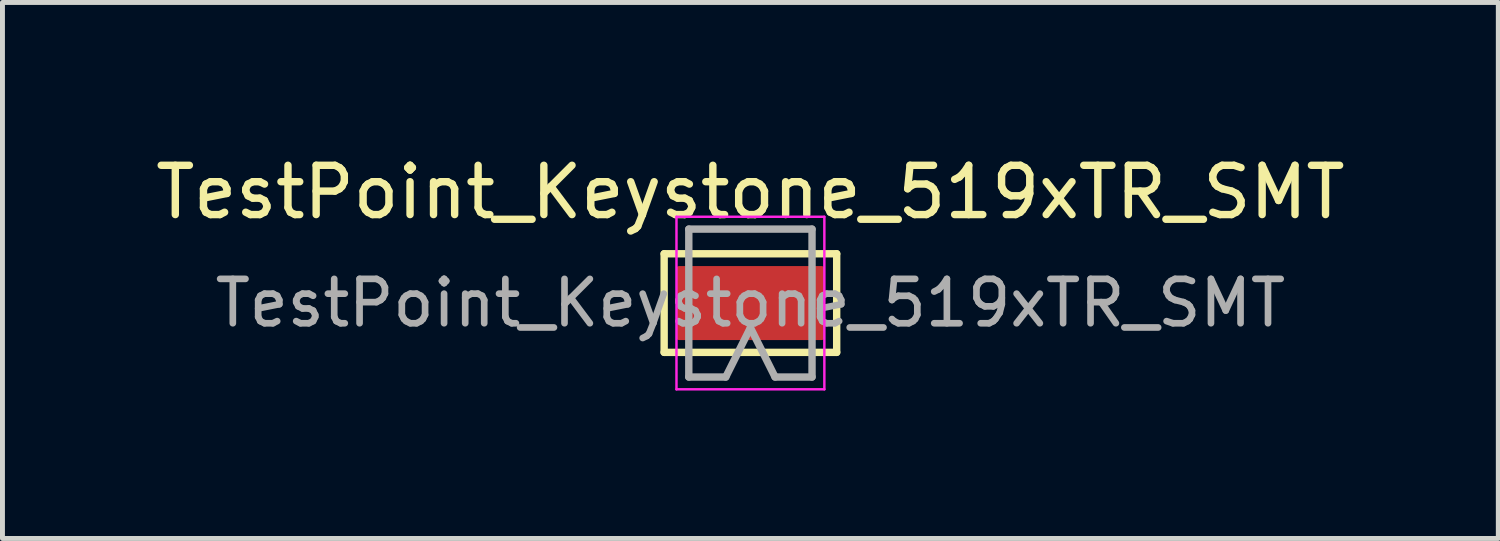
<source format=kicad_pcb>
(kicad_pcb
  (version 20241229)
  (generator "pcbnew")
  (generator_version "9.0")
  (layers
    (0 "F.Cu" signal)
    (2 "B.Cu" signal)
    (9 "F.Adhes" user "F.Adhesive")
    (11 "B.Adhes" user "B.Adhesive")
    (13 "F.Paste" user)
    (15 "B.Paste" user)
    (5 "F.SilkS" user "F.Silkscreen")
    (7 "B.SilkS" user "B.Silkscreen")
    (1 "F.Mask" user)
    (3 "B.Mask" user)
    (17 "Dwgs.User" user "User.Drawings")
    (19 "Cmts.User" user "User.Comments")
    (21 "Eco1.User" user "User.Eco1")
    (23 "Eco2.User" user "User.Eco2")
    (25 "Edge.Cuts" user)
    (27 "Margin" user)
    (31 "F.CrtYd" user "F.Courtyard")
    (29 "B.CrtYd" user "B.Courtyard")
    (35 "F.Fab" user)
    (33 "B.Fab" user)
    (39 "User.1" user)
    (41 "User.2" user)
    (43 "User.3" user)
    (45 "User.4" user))
  (footprint "TestPoint_Keystone_519xTR_SMT"
    (layer "F.Cu")
    (at 12.173 3.098)
    (property "Reference" "TestPoint_Keystone_519xTR_SMT" (at 0 -2.25 0) (layer "F.SilkS") (effects (font (size 1 1) (thickness 0.15))))
    (attr smd)
    (fp_line (start -1.75 -1) (end 1.75 -1) (stroke (width 0.15) (type solid)) (layer "F.SilkS"))
    (fp_line (start -1.75 1) (end -1.75 -1) (stroke (width 0.15) (type solid)) (layer "F.SilkS"))
    (fp_line (start 1.75 -1) (end 1.75 1) (stroke (width 0.15) (type solid)) (layer "F.SilkS"))
    (fp_line (start 1.75 1) (end -1.75 1) (stroke (width 0.15) (type solid)) (layer "F.SilkS"))
    (fp_line (start -1.5 -1.75) (end 1.5 -1.75) (stroke (width 0.05) (type solid)) (layer "F.CrtYd"))
    (fp_line (start -1.5 1.75) (end -1.5 -1.75) (stroke (width 0.05) (type solid)) (layer "F.CrtYd"))
    (fp_line (start 1.5 -1.75) (end 1.5 1.75) (stroke (width 0.05) (type solid)) (layer "F.CrtYd"))
    (fp_line (start 1.5 1.75) (end -1.5 1.75) (stroke (width 0.05) (type solid)) (layer "F.CrtYd"))
    (fp_line (start -1.25 -1.5) (end -1.25 1.5) (stroke (width 0.15) (type solid)) (layer "F.Fab"))
    (fp_line (start -1.25 1.5) (end -0.5 1.5) (stroke (width 0.15) (type solid)) (layer "F.Fab"))
    (fp_line (start -0.5 1.5) (end 0 0.5) (stroke (width 0.15) (type solid)) (layer "F.Fab"))
    (fp_line (start 0 0.5) (end 0.5 1.5) (stroke (width 0.15) (type solid)) (layer "F.Fab"))
    (fp_line (start 0.5 1.5) (end 1.25 1.5) (stroke (width 0.15) (type solid)) (layer "F.Fab"))
    (fp_line (start 1.25 -1.5) (end -1.25 -1.5) (stroke (width 0.15) (type solid)) (layer "F.Fab"))
    (fp_line (start 1.25 1.5) (end 1.25 -1.5) (stroke (width 0.15) (type solid)) (layer "F.Fab"))
    (fp_text user "${REFERENCE}" (at 0 0 0) (layer "F.Fab") (effects (font (size 0.9 0.9) (thickness 0.135))))
    (pad "1" smd roundrect (at 0 0) (size 3 1.5) (layers "F.Cu" "F.Mask" "F.Paste") (roundrect_rratio 0.033)))
  (gr_rect
    (start -3 -3)
    (end 27.345 7.873)
    (stroke (width 0.1) (type default))
    (fill no)
    (layer "Edge.Cuts")))
</source>
